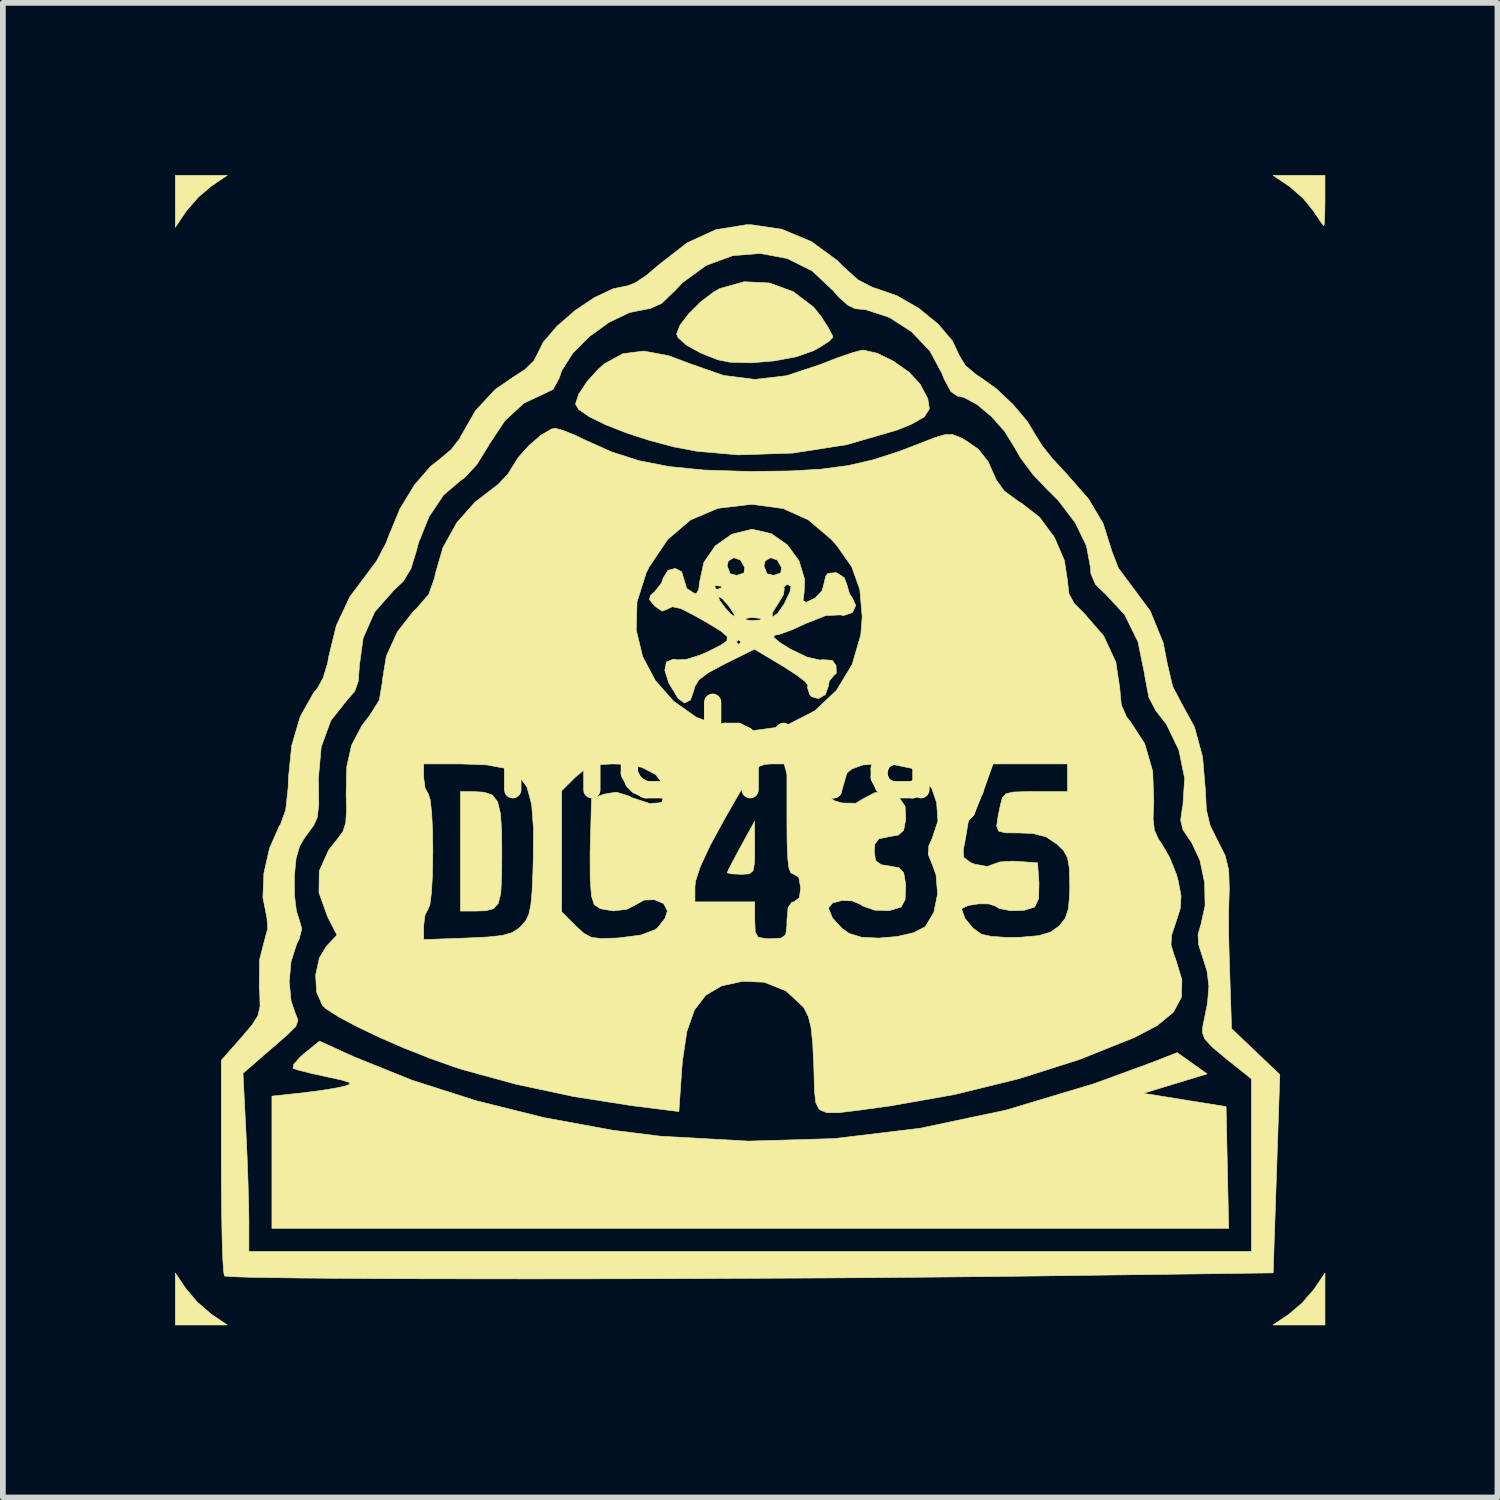
<source format=kicad_pcb>
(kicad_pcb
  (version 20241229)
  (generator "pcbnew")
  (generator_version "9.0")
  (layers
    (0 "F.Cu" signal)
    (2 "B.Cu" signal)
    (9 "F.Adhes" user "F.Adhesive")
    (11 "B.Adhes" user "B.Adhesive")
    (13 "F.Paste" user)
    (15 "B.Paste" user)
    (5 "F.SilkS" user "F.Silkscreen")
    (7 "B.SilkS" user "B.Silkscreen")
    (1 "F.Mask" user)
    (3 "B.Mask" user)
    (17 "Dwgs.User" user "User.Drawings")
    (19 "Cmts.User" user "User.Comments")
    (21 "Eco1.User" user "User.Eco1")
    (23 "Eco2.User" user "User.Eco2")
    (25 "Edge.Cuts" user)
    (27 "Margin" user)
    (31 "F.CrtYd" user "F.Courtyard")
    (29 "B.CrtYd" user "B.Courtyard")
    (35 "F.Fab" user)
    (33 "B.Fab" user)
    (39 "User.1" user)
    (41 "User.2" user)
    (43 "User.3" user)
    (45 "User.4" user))
  (footprint "highway"
    (layer "F.Cu")
    (at 10.021 10.021)
    (property "Reference" "highway" (at 0 0 0) (layer "F.SilkS") (effects (font (size 1.524 1.524) (thickness 0.3))))
    (attr through_hole)
    (fp_poly (pts (xy -9.834 9.381) (xy -9.637 9.614) (xy -9.401 9.819) (xy -9.381 9.834) (xy -9.111 10.016) (xy -10.016 10.016) (xy -10.016 9.111) (xy -9.834 9.381)) (stroke (width 0.01) (type solid)) (fill yes) (layer "F.SilkS"))
    (fp_poly (pts (xy -9.381 -9.834) (xy -9.614 -9.637) (xy -9.819 -9.401) (xy -9.834 -9.381) (xy -10.016 -9.111) (xy -10.016 -10.016) (xy -9.111 -10.016) (xy -9.381 -9.834)) (stroke (width 0.01) (type solid)) (fill yes) (layer "F.SilkS"))
    (fp_poly (pts (xy 10.016 10.016) (xy 9.111 10.016) (xy 9.381 9.834) (xy 9.614 9.637) (xy 9.819 9.401) (xy 9.834 9.381) (xy 10.016 9.111) (xy 10.016 10.016)) (stroke (width 0.01) (type solid)) (fill yes) (layer "F.SilkS"))
    (fp_poly (pts (xy 10.016 -9.575) (xy 10.012 -9.334) (xy 10.004 -9.176) (xy 9.996 -9.137) (xy 9.945 -9.2) (xy 9.843 -9.351) (xy 9.815 -9.395) (xy 9.636 -9.614) (xy 9.41 -9.813) (xy 9.383 -9.832) (xy 9.111 -10.016) (xy 10.016 -10.016) (xy 10.016 -9.575)) (stroke (width 0.01) (type solid)) (fill yes) (layer "F.SilkS"))
    (fp_poly (pts (xy 0.079 1.703) (xy 0.076 1.962) (xy 0.052 2.099) (xy -0.012 2.154) (xy -0.137 2.163) (xy -0.16 2.163) (xy -0.329 2.155) (xy -0.401 2.136) (xy -0.401 2.136) (xy -0.365 2.057) (xy -0.272 1.88) (xy -0.162 1.675) (xy 0.077 1.242) (xy 0.079 1.703)) (stroke (width 0.01) (type solid)) (fill yes) (layer "F.SilkS"))
    (fp_poly (pts (xy -4.634 0.733) (xy -4.491 0.783) (xy -4.401 0.898) (xy -4.351 1.103) (xy -4.33 1.421) (xy -4.327 1.797) (xy -4.33 2.213) (xy -4.346 2.496) (xy -4.389 2.67) (xy -4.472 2.762) (xy -4.606 2.798) (xy -4.804 2.804) (xy -4.814 2.804) (xy -5.048 2.804) (xy -5.048 0.721) (xy -4.842 0.721) (xy -4.634 0.733)) (stroke (width 0.01) (type solid)) (fill yes) (layer "F.SilkS"))
    (fp_poly (pts (xy 0.336 -8.14) (xy 0.751 -7.989) (xy 1.104 -7.721) (xy 1.239 -7.553) (xy 1.362 -7.36) (xy 1.434 -7.223) (xy 1.442 -7.194) (xy 1.377 -7.126) (xy 1.212 -7.02) (xy 1.102 -6.96) (xy 0.806 -6.855) (xy 0.424 -6.783) (xy 0.018 -6.749) (xy -0.347 -6.759) (xy -0.561 -6.801) (xy -0.864 -6.921) (xy -1.108 -7.057) (xy -1.255 -7.186) (xy -1.282 -7.251) (xy -1.222 -7.406) (xy -1.067 -7.608) (xy -0.857 -7.815) (xy -0.632 -7.986) (xy -0.528 -8.044) (xy -0.104 -8.162) (xy 0.336 -8.14)) (stroke (width 0.01) (type solid)) (fill yes) (layer "F.SilkS"))
    (fp_poly (pts (xy -6.904 5.343) (xy -5.892 5.751) (xy -4.772 6.109) (xy -3.592 6.403) (xy -2.399 6.622) (xy -1.569 6.726) (xy -0.035 6.812) (xy 1.467 6.768) (xy 2.957 6.589) (xy 4.457 6.272) (xy 5.988 5.813) (xy 6.986 5.448) (xy 7.441 5.27) (xy 7.702 5.456) (xy 7.962 5.641) (xy 6.851 5.979) (xy 7.572 6.095) (xy 8.293 6.211) (xy 8.315 7.272) (xy 8.338 8.333) (xy -8.333 8.333) (xy -8.333 6.028) (xy -7.816 5.973) (xy -7.506 5.934) (xy -7.229 5.89) (xy -7.077 5.858) (xy -6.976 5.823) (xy -6.981 5.791) (xy -7.108 5.75) (xy -7.374 5.692) (xy -7.65 5.631) (xy -7.864 5.578) (xy -7.965 5.545) (xy -7.954 5.476) (xy -7.843 5.35) (xy -7.771 5.287) (xy -7.504 5.07) (xy -6.904 5.343)) (stroke (width 0.01) (type solid)) (fill yes) (layer "F.SilkS"))
    (fp_poly (pts (xy 2.215 -6.916) (xy 2.501 -6.775) (xy 2.768 -6.586) (xy 2.956 -6.384) (xy 2.962 -6.375) (xy 3.094 -6.127) (xy 3.123 -5.947) (xy 3.034 -5.807) (xy 2.813 -5.68) (xy 2.557 -5.577) (xy 1.679 -5.322) (xy 0.74 -5.176) (xy -0.203 -5.145) (xy -0.923 -5.207) (xy -1.328 -5.284) (xy -1.748 -5.395) (xy -2.152 -5.526) (xy -2.513 -5.668) (xy -2.802 -5.809) (xy -2.988 -5.937) (xy -3.044 -6.031) (xy -2.987 -6.202) (xy -2.842 -6.422) (xy -2.644 -6.641) (xy -2.536 -6.735) (xy -2.219 -6.908) (xy -1.852 -6.954) (xy -1.419 -6.873) (xy -1.047 -6.733) (xy -0.464 -6.529) (xy 0.081 -6.46) (xy 0.631 -6.524) (xy 1.215 -6.717) (xy 1.518 -6.835) (xy 1.777 -6.924) (xy 1.946 -6.969) (xy 1.971 -6.971) (xy 2.215 -6.916)) (stroke (width 0.01) (type solid)) (fill yes) (layer "F.SilkS"))
    (fp_poly (pts (xy 0.368 -3.773) (xy 0.647 -3.578) (xy 0.851 -3.3) (xy 0.949 -2.977) (xy 0.941 -2.758) (xy 0.922 -2.606) (xy 0.974 -2.576) (xy 1.127 -2.647) (xy 1.253 -2.778) (xy 1.282 -2.883) (xy 1.316 -3.032) (xy 1.355 -3.08) (xy 1.503 -3.094) (xy 1.638 -3.007) (xy 1.683 -2.892) (xy 1.733 -2.72) (xy 1.773 -2.666) (xy 1.84 -2.521) (xy 1.782 -2.398) (xy 1.634 -2.347) (xy 1.562 -2.357) (xy 1.315 -2.344) (xy 0.969 -2.207) (xy 0.964 -2.205) (xy 0.717 -2.092) (xy 0.509 -2.018) (xy 0.423 -2.002) (xy 0.409 -1.968) (xy 0.513 -1.878) (xy 0.69 -1.767) (xy 0.99 -1.622) (xy 1.215 -1.57) (xy 1.27 -1.576) (xy 1.431 -1.565) (xy 1.496 -1.476) (xy 1.502 -1.341) (xy 1.457 -1.3) (xy 1.378 -1.204) (xy 1.362 -1.113) (xy 1.309 -0.967) (xy 1.189 -0.898) (xy 1.066 -0.932) (xy 1.039 -0.966) (xy 0.998 -1.092) (xy 1.006 -1.129) (xy 0.96 -1.194) (xy 0.806 -1.312) (xy 0.577 -1.46) (xy 0.558 -1.471) (xy 0.075 -1.759) (xy -0.439 -1.505) (xy -0.727 -1.351) (xy -0.894 -1.225) (xy -0.968 -1.102) (xy -0.978 -1.053) (xy -1.039 -0.875) (xy -1.144 -0.821) (xy -1.253 -0.899) (xy -1.418 -1.17) (xy -1.487 -1.39) (xy -1.46 -1.536) (xy -1.337 -1.586) (xy -1.261 -1.574) (xy -1.098 -1.585) (xy -0.858 -1.662) (xy -0.7 -1.733) (xy -0.507 -1.832) (xy -0.436 -1.883) (xy -0.24 -1.883) (xy -0.2 -1.843) (xy -0.16 -1.883) (xy -0.2 -1.923) (xy -0.24 -1.883) (xy -0.436 -1.883) (xy -0.404 -1.906) (xy -0.4 -1.979) (xy -0.506 -2.072) (xy -0.732 -2.21) (xy -0.844 -2.274) (xy -0.091 -2.274) (xy 0.015 -2.26) (xy 0.04 -2.259) (xy 0.177 -2.268) (xy 0.189 -2.293) (xy 0.182 -2.296) (xy 0.023 -2.312) (xy -0.059 -2.299) (xy -0.091 -2.274) (xy -0.844 -2.274) (xy -0.969 -2.345) (xy -1.208 -2.467) (xy -1.355 -2.499) (xy -1.431 -2.464) (xy -1.533 -2.421) (xy -1.662 -2.511) (xy -1.663 -2.512) (xy -1.756 -2.626) (xy -1.74 -2.677) (xy -0.554 -2.677) (xy -0.53 -2.607) (xy -0.44 -2.484) (xy -0.335 -2.37) (xy -0.264 -2.324) (xy -0.265 -2.325) (xy 0.384 -2.325) (xy 0.393 -2.324) (xy 0.483 -2.388) (xy 0.591 -2.544) (xy 0.599 -2.56) (xy 0.694 -2.759) (xy 0.712 -2.856) (xy 0.656 -2.884) (xy 0.636 -2.885) (xy 0.585 -2.837) (xy 0.595 -2.814) (xy 0.58 -2.709) (xy 0.486 -2.55) (xy 0.474 -2.533) (xy 0.386 -2.394) (xy 0.384 -2.325) (xy -0.265 -2.325) (xy -0.284 -2.379) (xy -0.373 -2.511) (xy -0.377 -2.516) (xy -0.487 -2.642) (xy -0.553 -2.677) (xy -0.554 -2.677) (xy -1.74 -2.677) (xy -1.731 -2.703) (xy -1.672 -2.751) (xy -1.546 -2.91) (xy -1.511 -3.007) (xy -1.431 -3.133) (xy -1.304 -3.167) (xy -1.194 -3.108) (xy -1.162 -3.005) (xy -1.106 -2.818) (xy -0.966 -2.728) (xy -0.941 -2.726) (xy -0.897 -2.793) (xy -0.889 -2.858) (xy -0.614 -2.858) (xy -0.603 -2.81) (xy -0.561 -2.804) (xy -0.495 -2.834) (xy -0.507 -2.858) (xy -0.603 -2.867) (xy -0.614 -2.858) (xy -0.889 -2.858) (xy -0.881 -2.929) (xy -0.82 -3.211) (xy -0.401 -3.211) (xy -0.348 -3.074) (xy -0.235 -3.045) (xy -0.107 -3.088) (xy -0.095 -3.184) (xy -0.111 -3.211) (xy 0.24 -3.211) (xy 0.293 -3.074) (xy 0.407 -3.045) (xy 0.534 -3.088) (xy 0.546 -3.184) (xy 0.471 -3.314) (xy 0.356 -3.353) (xy 0.261 -3.297) (xy 0.24 -3.211) (xy -0.111 -3.211) (xy -0.17 -3.314) (xy -0.285 -3.353) (xy -0.38 -3.297) (xy -0.401 -3.211) (xy -0.82 -3.211) (xy -0.808 -3.269) (xy -0.609 -3.558) (xy -0.322 -3.762) (xy 0.019 -3.846) (xy 0.047 -3.846) (xy 0.368 -3.773)) (stroke (width 0.01) (type solid)) (fill yes) (layer "F.SilkS"))
    (fp_poly (pts (xy 0.554 -9.076) (xy 1.068 -8.861) (xy 1.516 -8.533) (xy 1.628 -8.419) (xy 1.882 -8.193) (xy 2.137 -8.061) (xy 2.176 -8.051) (xy 2.56 -7.917) (xy 2.938 -7.699) (xy 3.272 -7.427) (xy 3.524 -7.131) (xy 3.65 -6.864) (xy 3.752 -6.699) (xy 3.949 -6.535) (xy 4.003 -6.502) (xy 4.288 -6.299) (xy 4.581 -6.022) (xy 4.832 -5.724) (xy 4.988 -5.464) (xy 5.09 -5.301) (xy 5.271 -5.075) (xy 5.494 -4.836) (xy 5.505 -4.824) (xy 5.894 -4.38) (xy 6.15 -3.95) (xy 6.292 -3.501) (xy 6.295 -3.485) (xy 6.416 -3.172) (xy 6.62 -2.898) (xy 6.971 -2.425) (xy 7.198 -1.869) (xy 7.267 -1.512) (xy 7.361 -1.111) (xy 7.511 -0.825) (xy 7.741 -0.405) (xy 7.884 0.121) (xy 7.932 0.7) (xy 7.95 1.044) (xy 8.014 1.31) (xy 8.144 1.575) (xy 8.147 1.58) (xy 8.278 1.839) (xy 8.338 2.087) (xy 8.349 2.404) (xy 8.348 2.435) (xy 8.34 2.715) (xy 8.337 2.945) (xy 8.337 3.171) (xy 8.343 3.437) (xy 8.353 3.789) (xy 8.363 4.089) (xy 8.388 4.852) (xy 8.809 5.253) (xy 9.229 5.654) (xy 9.171 7.381) (xy 9.113 9.108) (xy 5.097 9.161) (xy 4.211 9.172) (xy 3.269 9.181) (xy 2.284 9.19) (xy 1.269 9.197) (xy 0.235 9.202) (xy -0.803 9.207) (xy -1.835 9.21) (xy -2.848 9.212) (xy -3.828 9.213) (xy -4.764 9.212) (xy -5.643 9.211) (xy -6.452 9.208) (xy -7.18 9.203) (xy -7.813 9.198) (xy -8.34 9.191) (xy -8.746 9.184) (xy -9.021 9.174) (xy -9.152 9.164) (xy -9.161 9.161) (xy -9.176 9.069) (xy -9.19 8.84) (xy -9.201 8.497) (xy -9.209 8.063) (xy -9.214 7.562) (xy -9.215 7.256) (xy -9.215 5.631) (xy -8.837 5.631) (xy -8.786 6.642) (xy -8.765 7.091) (xy -8.749 7.541) (xy -8.738 7.936) (xy -8.734 8.193) (xy -8.734 8.734) (xy 8.734 8.734) (xy 8.734 5.727) (xy 8.287 5.371) (xy 8.051 5.173) (xy 7.922 5.033) (xy 7.878 4.917) (xy 7.888 4.811) (xy 7.969 4.411) (xy 7.993 4.108) (xy 7.961 3.851) (xy 7.895 3.641) (xy 7.814 3.39) (xy 7.804 3.21) (xy 7.854 3.041) (xy 7.927 2.707) (xy 7.919 2.312) (xy 7.838 1.923) (xy 7.693 1.61) (xy 7.673 1.583) (xy 7.542 1.388) (xy 7.501 1.222) (xy 7.532 1.001) (xy 7.54 0.966) (xy 7.571 0.489) (xy 7.47 -0.001) (xy 7.253 -0.452) (xy 7.071 -0.684) (xy 6.947 -0.918) (xy 6.875 -1.301) (xy 6.872 -1.331) (xy 6.757 -1.89) (xy 6.527 -2.358) (xy 6.21 -2.701) (xy 6.017 -2.888) (xy 5.938 -3.074) (xy 5.929 -3.186) (xy 5.86 -3.559) (xy 5.666 -3.96) (xy 5.37 -4.35) (xy 5.186 -4.532) (xy 4.931 -4.799) (xy 4.708 -5.098) (xy 4.6 -5.287) (xy 4.435 -5.554) (xy 4.208 -5.81) (xy 3.958 -6.02) (xy 3.725 -6.147) (xy 3.612 -6.17) (xy 3.499 -6.247) (xy 3.38 -6.467) (xy 3.342 -6.565) (xy 3.131 -6.956) (xy 2.812 -7.291) (xy 2.425 -7.541) (xy 2.011 -7.676) (xy 1.83 -7.692) (xy 1.705 -7.751) (xy 1.538 -7.901) (xy 1.447 -8.006) (xy 1.08 -8.351) (xy 0.646 -8.567) (xy 0.174 -8.655) (xy -0.306 -8.616) (xy -0.766 -8.447) (xy -1.175 -8.15) (xy -1.294 -8.024) (xy -1.54 -7.786) (xy -1.748 -7.693) (xy -1.77 -7.691) (xy -2.101 -7.626) (xy -2.458 -7.455) (xy -2.801 -7.208) (xy -3.089 -6.919) (xy -3.281 -6.618) (xy -3.327 -6.483) (xy -3.434 -6.287) (xy -3.59 -6.211) (xy -3.944 -6.045) (xy -4.272 -5.743) (xy -4.548 -5.328) (xy -4.561 -5.303) (xy -4.762 -4.977) (xy -4.976 -4.748) (xy -5.043 -4.701) (xy -5.342 -4.446) (xy -5.595 -4.069) (xy -5.78 -3.61) (xy -5.815 -3.475) (xy -5.91 -3.163) (xy -6.046 -2.941) (xy -6.216 -2.779) (xy -6.542 -2.409) (xy -6.744 -1.953) (xy -6.809 -1.476) (xy -6.827 -1.204) (xy -6.892 -1.023) (xy -7.022 -0.875) (xy -7.308 -0.513) (xy -7.474 -0.057) (xy -7.524 0.502) (xy -7.521 0.602) (xy -7.517 0.946) (xy -7.542 1.169) (xy -7.603 1.31) (xy -7.624 1.336) (xy -7.764 1.527) (xy -7.85 1.672) (xy -7.912 1.888) (xy -7.942 2.192) (xy -7.941 2.52) (xy -7.906 2.805) (xy -7.858 2.954) (xy -7.812 3.112) (xy -7.86 3.294) (xy -7.904 3.385) (xy -7.999 3.68) (xy -8.032 4.034) (xy -7.999 4.372) (xy -7.931 4.57) (xy -7.879 4.704) (xy -7.916 4.813) (xy -8.061 4.956) (xy -8.068 4.963) (xy -8.29 5.156) (xy -8.532 5.366) (xy -8.571 5.4) (xy -8.837 5.631) (xy -9.215 5.631) (xy -9.215 5.404) (xy -8.865 5.007) (xy -8.678 4.787) (xy -8.577 4.627) (xy -8.539 4.465) (xy -8.545 4.241) (xy -8.554 4.127) (xy -8.548 3.65) (xy -8.475 3.364) (xy -8.406 3.107) (xy -8.42 2.924) (xy -8.49 2.568) (xy -8.473 2.144) (xy -8.375 1.711) (xy -8.206 1.327) (xy -8.18 1.286) (xy -8.093 1.043) (xy -8.05 0.651) (xy -8.045 0.484) (xy -7.988 -0.081) (xy -7.838 -0.588) (xy -7.607 -0.998) (xy -7.538 -1.081) (xy -7.441 -1.257) (xy -7.363 -1.513) (xy -7.343 -1.63) (xy -7.211 -2.169) (xy -6.975 -2.673) (xy -6.696 -3.045) (xy -6.509 -3.296) (xy -6.346 -3.605) (xy -6.297 -3.734) (xy -6.102 -4.204) (xy -5.848 -4.623) (xy -5.564 -4.948) (xy -5.415 -5.065) (xy -5.209 -5.238) (xy -5.058 -5.433) (xy -5.039 -5.472) (xy -4.787 -5.913) (xy -4.443 -6.284) (xy -4.143 -6.49) (xy -3.922 -6.634) (xy -3.77 -6.782) (xy -3.733 -6.851) (xy -3.605 -7.108) (xy -3.366 -7.386) (xy -3.057 -7.655) (xy -2.718 -7.884) (xy -2.389 -8.039) (xy -2.132 -8.092) (xy -1.998 -8.145) (xy -1.797 -8.281) (xy -1.588 -8.459) (xy -1.098 -8.84) (xy -0.598 -9.069) (xy -0.068 -9.155) (xy 0.022 -9.155) (xy 0.554 -9.076)) (stroke (width 0.01) (type solid)) (fill yes) (layer "F.SilkS"))
    (fp_poly (pts (xy -3.265 -5.574) (xy -3.046 -5.485) (xy -2.874 -5.403) (xy -2.41 -5.195) (xy -1.933 -5.043) (xy -1.41 -4.941) (xy -0.805 -4.881) (xy -0.082 -4.858) (xy 0.04 -4.857) (xy 0.696 -4.865) (xy 1.235 -4.896) (xy 1.703 -4.958) (xy 2.141 -5.059) (xy 2.595 -5.205) (xy 2.946 -5.34) (xy 3.224 -5.448) (xy 3.401 -5.5) (xy 3.529 -5.499) (xy 3.656 -5.45) (xy 3.745 -5.404) (xy 3.979 -5.242) (xy 4.148 -5.024) (xy 4.287 -4.711) (xy 4.426 -4.517) (xy 4.68 -4.33) (xy 4.726 -4.305) (xy 5.043 -4.058) (xy 5.303 -3.706) (xy 5.476 -3.304) (xy 5.529 -2.953) (xy 5.553 -2.727) (xy 5.65 -2.551) (xy 5.814 -2.389) (xy 6.159 -1.992) (xy 6.372 -1.534) (xy 6.439 -1.089) (xy 6.467 -0.789) (xy 6.559 -0.578) (xy 6.622 -0.501) (xy 6.875 -0.113) (xy 7.014 0.367) (xy 7.033 0.899) (xy 7.021 1.197) (xy 7.044 1.396) (xy 7.116 1.554) (xy 7.178 1.643) (xy 7.31 1.872) (xy 7.426 2.162) (xy 7.456 2.266) (xy 7.508 2.539) (xy 7.495 2.758) (xy 7.42 2.994) (xy 7.343 3.225) (xy 7.333 3.393) (xy 7.389 3.578) (xy 7.41 3.63) (xy 7.523 4) (xy 7.515 4.305) (xy 7.376 4.564) (xy 7.095 4.797) (xy 6.699 5.005) (xy 5.741 5.389) (xy 4.679 5.726) (xy 3.564 6) (xy 2.447 6.198) (xy 2.335 6.213) (xy 1.873 6.277) (xy 1.547 6.316) (xy 1.333 6.316) (xy 1.206 6.263) (xy 1.144 6.144) (xy 1.121 5.944) (xy 1.113 5.65) (xy 1.109 5.509) (xy 1.09 5.107) (xy 1.06 4.828) (xy 1.012 4.637) (xy 0.94 4.495) (xy 0.921 4.47) (xy 0.625 4.195) (xy 0.247 4.044) (xy -0.13 4.027) (xy -0.498 4.108) (xy -0.774 4.27) (xy -0.972 4.529) (xy -1.103 4.903) (xy -1.179 5.411) (xy -1.192 5.568) (xy -1.242 6.297) (xy -2.043 6.197) (xy -3.063 6.038) (xy -4.073 5.823) (xy -5.005 5.568) (xy -5.159 5.519) (xy -5.583 5.368) (xy -6.028 5.192) (xy -6.462 5.003) (xy -6.853 4.816) (xy -7.173 4.646) (xy -7.388 4.507) (xy -7.452 4.449) (xy -7.555 4.214) (xy -7.571 3.916) (xy -7.506 3.621) (xy -7.386 3.42) (xy -7.199 3.222) (xy -7.366 2.896) (xy -7.513 2.483) (xy -7.508 2.105) (xy -7.346 1.744) (xy -7.184 1.538) (xy -7.095 1.417) (xy -7.047 1.269) (xy -7.033 1.048) (xy -7.04 0.77) (xy -7.03 0.293) (xy -7.018 0.24) (xy -5.689 0.24) (xy -5.689 0.476) (xy -5.664 0.661) (xy -5.609 0.761) (xy -5.576 0.859) (xy -5.55 1.088) (xy -5.533 1.42) (xy -5.529 1.763) (xy -5.535 2.16) (xy -5.553 2.479) (xy -5.58 2.69) (xy -5.609 2.764) (xy -5.666 2.872) (xy -5.689 3.057) (xy -5.689 3.301) (xy -4.93 3.273) (xy -4.563 3.255) (xy -4.317 3.228) (xy -4.156 3.183) (xy -4.041 3.111) (xy -3.988 3.063) (xy -3.909 2.971) (xy -3.856 2.859) (xy -3.821 2.694) (xy -3.799 2.446) (xy -3.784 2.079) (xy -3.78 1.934) (xy -3.775 1.37) (xy -3.807 0.946) (xy -3.871 0.709) (xy -3.285 0.709) (xy -3.285 2.817) (xy -3.042 3.06) (xy -2.897 3.192) (xy -2.765 3.262) (xy -2.589 3.283) (xy -2.313 3.273) (xy -2.285 3.271) (xy -1.906 3.222) (xy -1.662 3.13) (xy -1.607 3.089) (xy -1.484 2.93) (xy -1.442 2.801) (xy -1.508 2.673) (xy -1.665 2.606) (xy -1.848 2.612) (xy -1.972 2.682) (xy -2.149 2.773) (xy -2.384 2.801) (xy -2.605 2.764) (xy -2.717 2.693) (xy -2.764 2.544) (xy -2.778 2.374) (xy -0.962 2.374) (xy -0.962 2.644) (xy 0.08 2.644) (xy 0.08 2.965) (xy 0.089 3.17) (xy 0.141 3.261) (xy 0.278 3.284) (xy 0.361 3.285) (xy 0.54 3.275) (xy 0.62 3.216) (xy 0.64 3.059) (xy 0.641 2.965) (xy 0.66 2.754) (xy 1.365 2.754) (xy 1.434 2.924) (xy 1.602 3.107) (xy 1.723 3.193) (xy 1.938 3.259) (xy 2.238 3.275) (xy 2.562 3.247) (xy 2.851 3.18) (xy 3.045 3.08) (xy 3.053 3.073) (xy 3.201 2.825) (xy 3.211 2.776) (xy 3.686 2.776) (xy 3.744 2.933) (xy 3.882 3.102) (xy 4.032 3.209) (xy 4.204 3.245) (xy 4.471 3.263) (xy 4.709 3.26) (xy 5.026 3.232) (xy 5.235 3.171) (xy 5.385 3.064) (xy 5.39 3.059) (xy 5.491 2.929) (xy 5.546 2.763) (xy 5.567 2.512) (xy 5.569 2.355) (xy 5.562 2.061) (xy 5.531 1.876) (xy 5.459 1.748) (xy 5.344 1.636) (xy 5.155 1.51) (xy 4.929 1.453) (xy 4.69 1.442) (xy 4.455 1.441) (xy 4.332 1.413) (xy 4.295 1.323) (xy 4.323 1.134) (xy 4.364 0.941) (xy 4.396 0.826) (xy 4.457 0.76) (xy 4.585 0.73) (xy 4.818 0.722) (xy 4.969 0.721) (xy 5.529 0.721) (xy 5.529 0.24) (xy 3.954 0.24) (xy 3.855 0.901) (xy 3.803 1.231) (xy 3.756 1.516) (xy 3.72 1.705) (xy 3.714 1.733) (xy 3.72 1.868) (xy 3.841 1.959) (xy 3.911 1.986) (xy 4.132 2.027) (xy 4.227 1.991) (xy 4.349 1.948) (xy 4.564 1.934) (xy 4.656 1.938) (xy 5.008 1.963) (xy 5.033 2.316) (xy 5.026 2.589) (xy 4.958 2.732) (xy 4.953 2.735) (xy 4.772 2.791) (xy 4.541 2.798) (xy 4.34 2.758) (xy 4.271 2.716) (xy 4.158 2.679) (xy 3.98 2.678) (xy 3.803 2.706) (xy 3.695 2.755) (xy 3.686 2.776) (xy 3.211 2.776) (xy 3.266 2.504) (xy 3.239 2.174) (xy 3.18 2.009) (xy 3.103 1.817) (xy 3.113 1.666) (xy 3.17 1.541) (xy 3.272 1.235) (xy 3.249 0.914) (xy 3.169 0.678) (xy 3.027 0.453) (xy 2.808 0.315) (xy 2.485 0.25) (xy 2.232 0.24) (xy 1.96 0.258) (xy 1.772 0.328) (xy 1.596 0.475) (xy 1.421 0.672) (xy 1.378 0.8) (xy 1.465 0.881) (xy 1.602 0.921) (xy 1.84 0.925) (xy 1.968 0.848) (xy 2.182 0.736) (xy 2.435 0.747) (xy 2.595 0.825) (xy 2.7 0.979) (xy 2.711 1.205) (xy 2.675 1.396) (xy 2.582 1.48) (xy 2.424 1.507) (xy 2.243 1.544) (xy 2.173 1.637) (xy 2.163 1.763) (xy 2.185 1.925) (xy 2.283 1.996) (xy 2.424 2.018) (xy 2.594 2.05) (xy 2.675 2.134) (xy 2.707 2.322) (xy 2.71 2.356) (xy 2.7 2.604) (xy 2.63 2.735) (xy 2.422 2.797) (xy 2.169 2.788) (xy 1.959 2.714) (xy 1.929 2.691) (xy 1.783 2.627) (xy 1.597 2.62) (xy 1.437 2.662) (xy 1.365 2.747) (xy 1.365 2.754) (xy 0.66 2.754) (xy 0.661 2.742) (xy 0.727 2.65) (xy 0.761 2.644) (xy 0.857 2.572) (xy 0.881 2.404) (xy 0.846 2.213) (xy 0.761 2.163) (xy 0.709 2.139) (xy 0.675 2.051) (xy 0.654 1.873) (xy 0.643 1.582) (xy 0.641 1.202) (xy 0.641 0.24) (xy 0.37 0.24) (xy 0.257 0.247) (xy 0.163 0.28) (xy 0.069 0.362) (xy -0.045 0.516) (xy -0.196 0.763) (xy -0.404 1.125) (xy -0.431 1.172) (xy -0.695 1.656) (xy -0.866 2.022) (xy -0.951 2.28) (xy -0.962 2.374) (xy -2.778 2.374) (xy -2.788 2.241) (xy -2.789 1.79) (xy -2.787 1.713) (xy -2.764 0.845) (xy -2.541 0.766) (xy -2.332 0.732) (xy -2.113 0.799) (xy -2.054 0.83) (xy -1.751 0.929) (xy -1.579 0.918) (xy -1.439 0.873) (xy -1.412 0.801) (xy -1.479 0.647) (xy -1.488 0.629) (xy -1.651 0.421) (xy -1.895 0.297) (xy -2.25 0.244) (xy -2.415 0.24) (xy -2.687 0.258) (xy -2.875 0.328) (xy -3.051 0.475) (xy -3.285 0.709) (xy -3.871 0.709) (xy -3.889 0.642) (xy -4.038 0.438) (xy -4.266 0.317) (xy -4.588 0.257) (xy -5.019 0.24) (xy -5.053 0.24) (xy -5.689 0.24) (xy -7.018 0.24) (xy -6.945 -0.087) (xy -6.768 -0.423) (xy -6.623 -0.613) (xy -6.461 -0.874) (xy -6.41 -1.18) (xy -6.41 -1.208) (xy -6.34 -1.635) (xy -6.148 -2.06) (xy -6.122 -2.093) (xy -1.985 -2.093) (xy -1.873 -1.629) (xy -1.65 -1.21) (xy -1.335 -0.853) (xy -0.942 -0.576) (xy -0.49 -0.398) (xy 0.006 -0.335) (xy 0.529 -0.406) (xy 0.66 -0.446) (xy 1.126 -0.685) (xy 1.505 -1.043) (xy 1.778 -1.494) (xy 1.928 -2.011) (xy 1.952 -2.324) (xy 1.911 -2.799) (xy 1.77 -3.195) (xy 1.507 -3.569) (xy 1.413 -3.673) (xy 1.013 -4.013) (xy 0.574 -4.21) (xy 0.058 -4.28) (xy 0 -4.281) (xy -0.562 -4.214) (xy -1.04 -4.011) (xy -1.438 -3.671) (xy -1.761 -3.19) (xy -1.813 -3.085) (xy -1.971 -2.584) (xy -1.985 -2.093) (xy -6.122 -2.093) (xy -5.864 -2.423) (xy -5.81 -2.473) (xy -5.6 -2.714) (xy -5.497 -3.007) (xy -5.487 -3.067) (xy -5.353 -3.528) (xy -5.111 -3.964) (xy -4.793 -4.323) (xy -4.615 -4.459) (xy -4.388 -4.633) (xy -4.213 -4.821) (xy -4.161 -4.908) (xy -4.039 -5.102) (xy -3.853 -5.309) (xy -3.646 -5.487) (xy -3.465 -5.594) (xy -3.4 -5.609) (xy -3.265 -5.574)) (stroke (width 0.01) (type solid)) (fill yes) (layer "F.SilkS")))
  (gr_rect
    (start -3 -3)
    (end 23.042 23.042)
    (stroke (width 0.1) (type default))
    (fill no)
    (layer "Edge.Cuts")))
</source>
